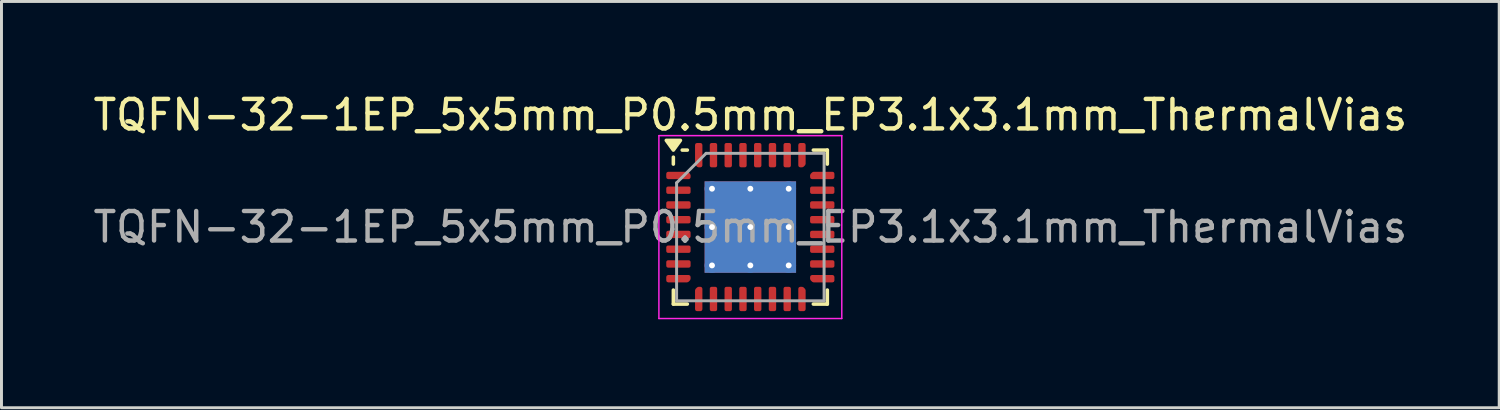
<source format=kicad_pcb>
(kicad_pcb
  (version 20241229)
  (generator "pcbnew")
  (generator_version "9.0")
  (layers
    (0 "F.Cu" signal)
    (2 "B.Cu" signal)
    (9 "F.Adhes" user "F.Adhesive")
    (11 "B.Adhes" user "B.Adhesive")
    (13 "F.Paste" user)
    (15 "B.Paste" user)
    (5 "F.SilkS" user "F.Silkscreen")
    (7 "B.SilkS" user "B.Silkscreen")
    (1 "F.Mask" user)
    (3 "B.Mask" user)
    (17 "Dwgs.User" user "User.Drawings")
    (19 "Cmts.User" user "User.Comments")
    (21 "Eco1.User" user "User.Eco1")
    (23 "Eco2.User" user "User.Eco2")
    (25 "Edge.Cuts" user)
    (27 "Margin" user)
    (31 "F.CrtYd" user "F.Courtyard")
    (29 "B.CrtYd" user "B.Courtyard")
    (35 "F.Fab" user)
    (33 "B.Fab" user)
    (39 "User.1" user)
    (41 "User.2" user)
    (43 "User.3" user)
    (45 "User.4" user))
  (footprint "TQFN-32-1EP_5x5mm_P0.5mm_EP3.1x3.1mm_ThermalVias"
    (layer "F.Cu")
    (at 22.387 4.648)
    (property "Reference" "TQFN-32-1EP_5x5mm_P0.5mm_EP3.1x3.1mm_ThermalVias" (at 0 -3.8 0) (layer "F.SilkS") (effects (font (size 1 1) (thickness 0.15))))
    (attr smd)
    (fp_line (start -2.61 -2.135) (end -2.61 -2.37) (stroke (width 0.12) (type solid)) (layer "F.SilkS"))
    (fp_line (start -2.61 2.61) (end -2.61 2.135) (stroke (width 0.12) (type solid)) (layer "F.SilkS"))
    (fp_line (start -2.135 -2.61) (end -2.31 -2.61) (stroke (width 0.12) (type solid)) (layer "F.SilkS"))
    (fp_line (start -2.135 2.61) (end -2.61 2.61) (stroke (width 0.12) (type solid)) (layer "F.SilkS"))
    (fp_line (start 2.135 -2.61) (end 2.61 -2.61) (stroke (width 0.12) (type solid)) (layer "F.SilkS"))
    (fp_line (start 2.135 2.61) (end 2.61 2.61) (stroke (width 0.12) (type solid)) (layer "F.SilkS"))
    (fp_line (start 2.61 -2.61) (end 2.61 -2.135) (stroke (width 0.12) (type solid)) (layer "F.SilkS"))
    (fp_line (start 2.61 2.61) (end 2.61 2.135) (stroke (width 0.12) (type solid)) (layer "F.SilkS"))
    (fp_poly (pts (xy -2.61 -2.61) (xy -2.85 -2.94) (xy -2.37 -2.94) (xy -2.61 -2.61)) (stroke (width 0.12) (type solid)) (fill yes) (layer "F.SilkS"))
    (fp_line (start -3.1 -3.1) (end -3.1 3.1) (stroke (width 0.05) (type solid)) (layer "F.CrtYd"))
    (fp_line (start -3.1 3.1) (end 3.1 3.1) (stroke (width 0.05) (type solid)) (layer "F.CrtYd"))
    (fp_line (start 3.1 -3.1) (end -3.1 -3.1) (stroke (width 0.05) (type solid)) (layer "F.CrtYd"))
    (fp_line (start 3.1 3.1) (end 3.1 -3.1) (stroke (width 0.05) (type solid)) (layer "F.CrtYd"))
    (fp_line (start -2.5 -1.5) (end -1.5 -2.5) (stroke (width 0.1) (type solid)) (layer "F.Fab"))
    (fp_line (start -2.5 2.5) (end -2.5 -1.5) (stroke (width 0.1) (type solid)) (layer "F.Fab"))
    (fp_line (start -1.5 -2.5) (end 2.5 -2.5) (stroke (width 0.1) (type solid)) (layer "F.Fab"))
    (fp_line (start 2.5 -2.5) (end 2.5 2.5) (stroke (width 0.1) (type solid)) (layer "F.Fab"))
    (fp_line (start 2.5 2.5) (end -2.5 2.5) (stroke (width 0.1) (type solid)) (layer "F.Fab"))
    (fp_text user "${REFERENCE}" (at 0 0 0) (layer "F.Fab") (effects (font (size 1 1) (thickness 0.15))))
    (pad "" smd roundrect (at -0.775 -0.775) (size 1.34 1.34) (layers "F.Paste") (roundrect_rratio 0.187))
    (pad "" smd roundrect (at -0.775 0.775) (size 1.34 1.34) (layers "F.Paste") (roundrect_rratio 0.187))
    (pad "" smd roundrect (at 0.775 -0.775) (size 1.34 1.34) (layers "F.Paste") (roundrect_rratio 0.187))
    (pad "" smd roundrect (at 0.775 0.775) (size 1.34 1.34) (layers "F.Paste") (roundrect_rratio 0.187))
    (pad "1" smd custom (at -2.438 -1.75) (size 0.186 0.186) (layers "F.Cu" "F.Mask" "F.Paste") (options (anchor circle)) (primitives (gr_poly (pts (xy -0.35 -0.062) (xy 0.297 -0.062) (xy 0.35 -0.009) (xy 0.35 0.062) (xy -0.35 0.062)) (width 0.125) (fill yes))))
    (pad "2" smd roundrect (at -2.438 -1.25) (size 0.825 0.25) (layers "F.Cu" "F.Mask" "F.Paste") (roundrect_rratio 0.25))
    (pad "3" smd roundrect (at -2.438 -0.75) (size 0.825 0.25) (layers "F.Cu" "F.Mask" "F.Paste") (roundrect_rratio 0.25))
    (pad "4" smd roundrect (at -2.438 -0.25) (size 0.825 0.25) (layers "F.Cu" "F.Mask" "F.Paste") (roundrect_rratio 0.25))
    (pad "5" smd roundrect (at -2.438 0.25) (size 0.825 0.25) (layers "F.Cu" "F.Mask" "F.Paste") (roundrect_rratio 0.25))
    (pad "6" smd roundrect (at -2.438 0.75) (size 0.825 0.25) (layers "F.Cu" "F.Mask" "F.Paste") (roundrect_rratio 0.25))
    (pad "7" smd roundrect (at -2.438 1.25) (size 0.825 0.25) (layers "F.Cu" "F.Mask" "F.Paste") (roundrect_rratio 0.25))
    (pad "8" smd custom (at -2.438 1.75) (size 0.186 0.186) (layers "F.Cu" "F.Mask" "F.Paste") (options (anchor circle)) (primitives (gr_poly (pts (xy -0.35 -0.062) (xy 0.35 -0.062) (xy 0.35 0.009) (xy 0.297 0.062) (xy -0.35 0.062)) (width 0.125) (fill yes))))
    (pad "9" smd custom (at -1.75 2.438) (size 0.186 0.186) (layers "F.Cu" "F.Mask" "F.Paste") (options (anchor circle)) (primitives (gr_poly (pts (xy -0.062 -0.297) (xy -0.009 -0.35) (xy 0.062 -0.35) (xy 0.062 0.35) (xy -0.062 0.35)) (width 0.125) (fill yes))))
    (pad "10" smd roundrect (at -1.25 2.438) (size 0.25 0.825) (layers "F.Cu" "F.Mask" "F.Paste") (roundrect_rratio 0.25))
    (pad "11" smd roundrect (at -0.75 2.438) (size 0.25 0.825) (layers "F.Cu" "F.Mask" "F.Paste") (roundrect_rratio 0.25))
    (pad "12" smd roundrect (at -0.25 2.438) (size 0.25 0.825) (layers "F.Cu" "F.Mask" "F.Paste") (roundrect_rratio 0.25))
    (pad "13" smd roundrect (at 0.25 2.438) (size 0.25 0.825) (layers "F.Cu" "F.Mask" "F.Paste") (roundrect_rratio 0.25))
    (pad "14" smd roundrect (at 0.75 2.438) (size 0.25 0.825) (layers "F.Cu" "F.Mask" "F.Paste") (roundrect_rratio 0.25))
    (pad "15" smd roundrect (at 1.25 2.438) (size 0.25 0.825) (layers "F.Cu" "F.Mask" "F.Paste") (roundrect_rratio 0.25))
    (pad "16" smd custom (at 1.75 2.438) (size 0.186 0.186) (layers "F.Cu" "F.Mask" "F.Paste") (options (anchor circle)) (primitives (gr_poly (pts (xy -0.062 -0.35) (xy 0.009 -0.35) (xy 0.062 -0.297) (xy 0.062 0.35) (xy -0.062 0.35)) (width 0.125) (fill yes))))
    (pad "17" smd custom (at 2.438 1.75) (size 0.186 0.186) (layers "F.Cu" "F.Mask" "F.Paste") (options (anchor circle)) (primitives (gr_poly (pts (xy -0.35 -0.062) (xy 0.35 -0.062) (xy 0.35 0.062) (xy -0.297 0.062) (xy -0.35 0.009)) (width 0.125) (fill yes))))
    (pad "18" smd roundrect (at 2.438 1.25) (size 0.825 0.25) (layers "F.Cu" "F.Mask" "F.Paste") (roundrect_rratio 0.25))
    (pad "19" smd roundrect (at 2.438 0.75) (size 0.825 0.25) (layers "F.Cu" "F.Mask" "F.Paste") (roundrect_rratio 0.25))
    (pad "20" smd roundrect (at 2.438 0.25) (size 0.825 0.25) (layers "F.Cu" "F.Mask" "F.Paste") (roundrect_rratio 0.25))
    (pad "21" smd roundrect (at 2.438 -0.25) (size 0.825 0.25) (layers "F.Cu" "F.Mask" "F.Paste") (roundrect_rratio 0.25))
    (pad "22" smd roundrect (at 2.438 -0.75) (size 0.825 0.25) (layers "F.Cu" "F.Mask" "F.Paste") (roundrect_rratio 0.25))
    (pad "23" smd roundrect (at 2.438 -1.25) (size 0.825 0.25) (layers "F.Cu" "F.Mask" "F.Paste") (roundrect_rratio 0.25))
    (pad "24" smd custom (at 2.438 -1.75) (size 0.186 0.186) (layers "F.Cu" "F.Mask" "F.Paste") (options (anchor circle)) (primitives (gr_poly (pts (xy -0.35 -0.009) (xy -0.297 -0.062) (xy 0.35 -0.062) (xy 0.35 0.062) (xy -0.35 0.062)) (width 0.125) (fill yes))))
    (pad "25" smd custom (at 1.75 -2.438) (size 0.186 0.186) (layers "F.Cu" "F.Mask" "F.Paste") (options (anchor circle)) (primitives (gr_poly (pts (xy -0.062 -0.35) (xy 0.062 -0.35) (xy 0.062 0.297) (xy 0.009 0.35) (xy -0.062 0.35)) (width 0.125) (fill yes))))
    (pad "26" smd roundrect (at 1.25 -2.438) (size 0.25 0.825) (layers "F.Cu" "F.Mask" "F.Paste") (roundrect_rratio 0.25))
    (pad "27" smd roundrect (at 0.75 -2.438) (size 0.25 0.825) (layers "F.Cu" "F.Mask" "F.Paste") (roundrect_rratio 0.25))
    (pad "28" smd roundrect (at 0.25 -2.438) (size 0.25 0.825) (layers "F.Cu" "F.Mask" "F.Paste") (roundrect_rratio 0.25))
    (pad "29" smd roundrect (at -0.25 -2.438) (size 0.25 0.825) (layers "F.Cu" "F.Mask" "F.Paste") (roundrect_rratio 0.25))
    (pad "30" smd roundrect (at -0.75 -2.438) (size 0.25 0.825) (layers "F.Cu" "F.Mask" "F.Paste") (roundrect_rratio 0.25))
    (pad "31" smd roundrect (at -1.25 -2.438) (size 0.25 0.825) (layers "F.Cu" "F.Mask" "F.Paste") (roundrect_rratio 0.25))
    (pad "32" smd custom (at -1.75 -2.438) (size 0.186 0.186) (layers "F.Cu" "F.Mask" "F.Paste") (options (anchor circle)) (primitives (gr_poly (pts (xy -0.062 -0.35) (xy 0.062 -0.35) (xy 0.062 0.35) (xy -0.009 0.35) (xy -0.062 0.297)) (width 0.125) (fill yes))))
    (pad "33" thru_hole circle (at -1.3 -1.3) (size 0.5 0.5) (drill 0.2) (property pad_prop_heatsink) (layers "*.Cu"))
    (pad "33" thru_hole circle (at -1.3 0) (size 0.5 0.5) (drill 0.2) (property pad_prop_heatsink) (layers "*.Cu"))
    (pad "33" thru_hole circle (at -1.3 1.3) (size 0.5 0.5) (drill 0.2) (property pad_prop_heatsink) (layers "*.Cu"))
    (pad "33" thru_hole circle (at 0 -1.3) (size 0.5 0.5) (drill 0.2) (property pad_prop_heatsink) (layers "*.Cu"))
    (pad "33" thru_hole circle (at 0 0) (size 0.5 0.5) (drill 0.2) (property pad_prop_heatsink) (layers "*.Cu"))
    (pad "33" smd rect (at 0 0) (size 3.1 3.1) (property pad_prop_heatsink) (layers "F.Cu" "F.Mask"))
    (pad "33" smd rect (at 0 0) (size 3.1 3.1) (property pad_prop_heatsink) (layers "B.Cu"))
    (pad "33" thru_hole circle (at 0 1.3) (size 0.5 0.5) (drill 0.2) (property pad_prop_heatsink) (layers "*.Cu"))
    (pad "33" thru_hole circle (at 1.3 -1.3) (size 0.5 0.5) (drill 0.2) (property pad_prop_heatsink) (layers "*.Cu"))
    (pad "33" thru_hole circle (at 1.3 0) (size 0.5 0.5) (drill 0.2) (property pad_prop_heatsink) (layers "*.Cu"))
    (pad "33" thru_hole circle (at 1.3 1.3) (size 0.5 0.5) (drill 0.2) (property pad_prop_heatsink) (layers "*.Cu")))
  (gr_rect
    (start -3 -3)
    (end 47.774 10.773)
    (stroke (width 0.1) (type default))
    (fill no)
    (layer "Edge.Cuts")))
</source>
